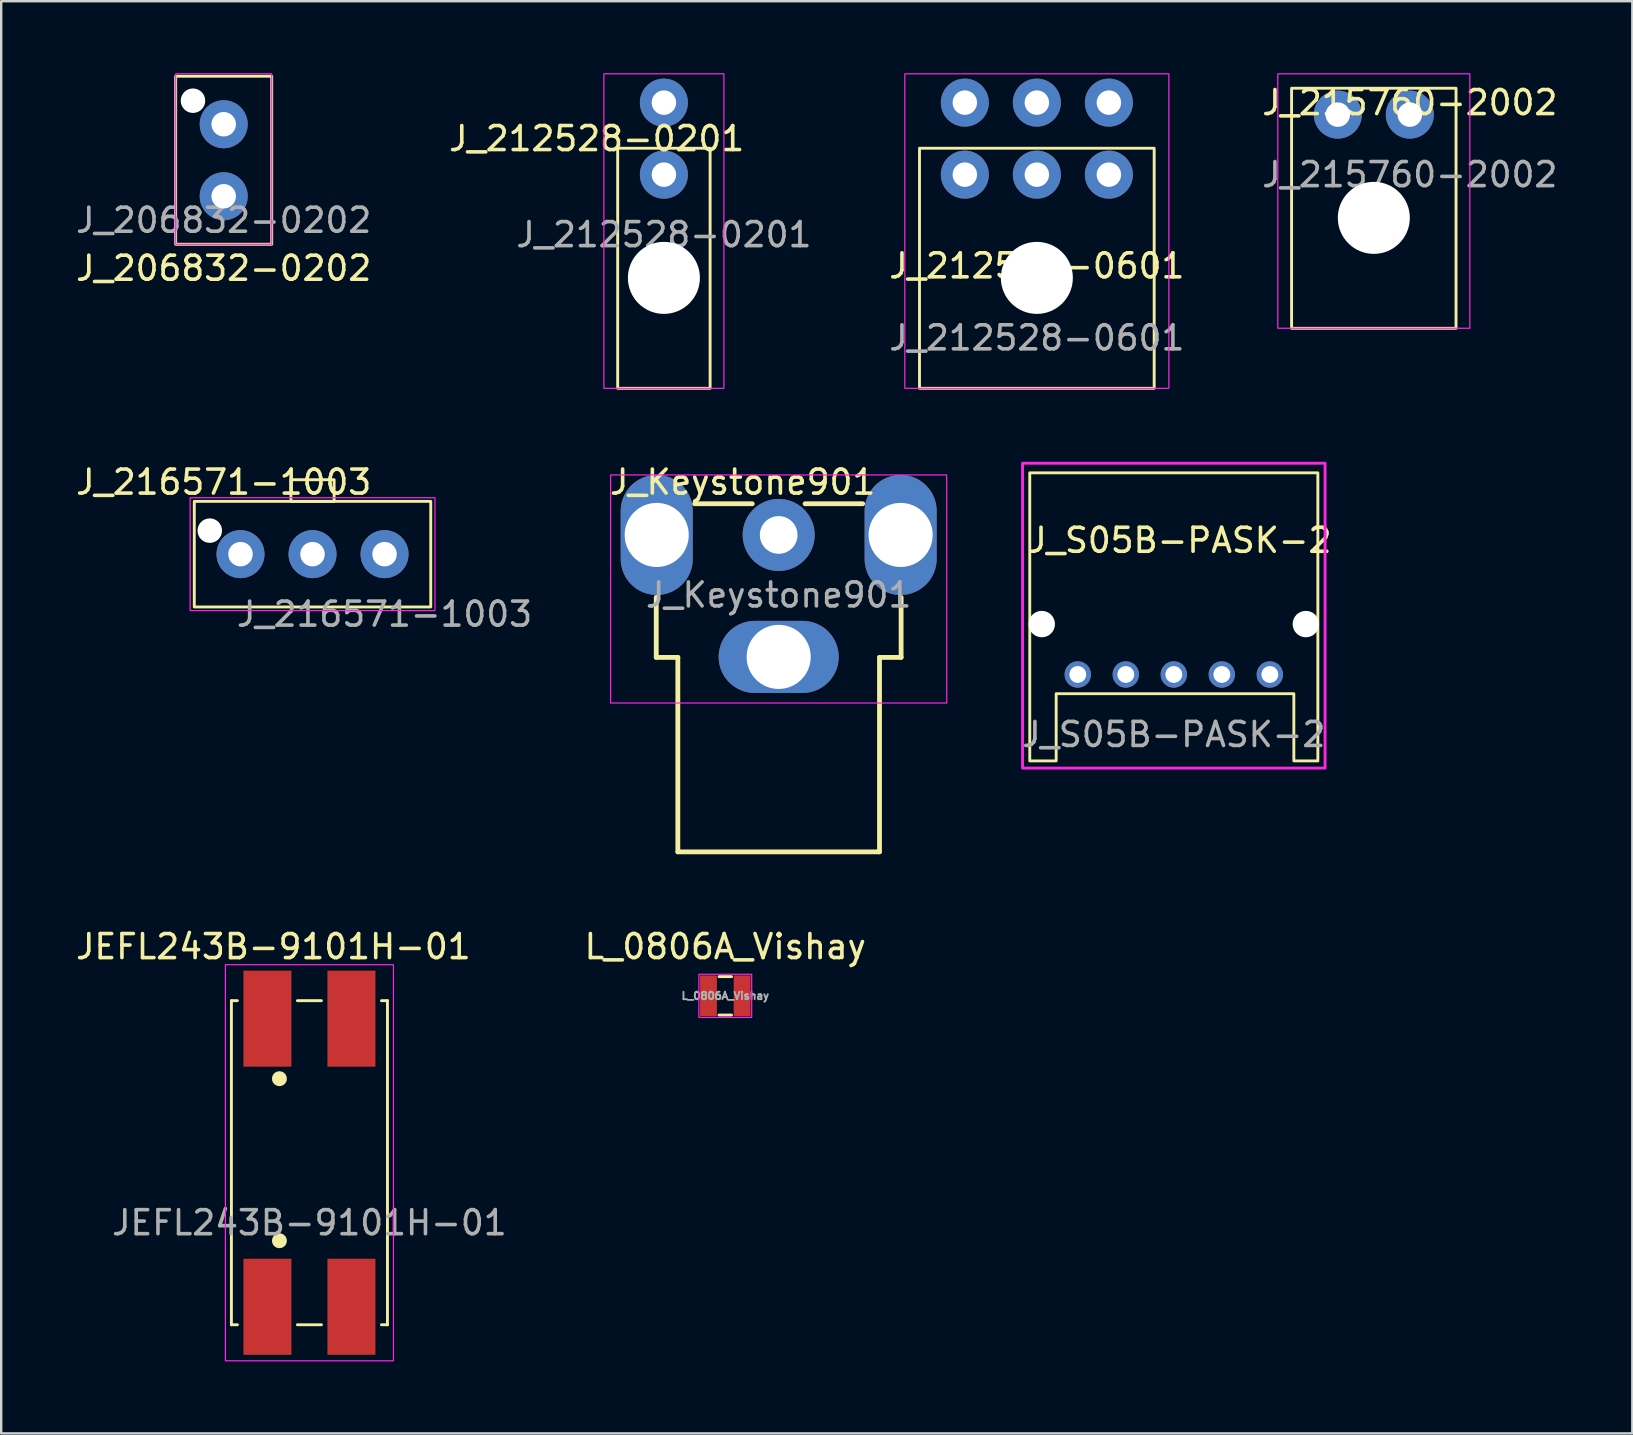
<source format=kicad_pcb>
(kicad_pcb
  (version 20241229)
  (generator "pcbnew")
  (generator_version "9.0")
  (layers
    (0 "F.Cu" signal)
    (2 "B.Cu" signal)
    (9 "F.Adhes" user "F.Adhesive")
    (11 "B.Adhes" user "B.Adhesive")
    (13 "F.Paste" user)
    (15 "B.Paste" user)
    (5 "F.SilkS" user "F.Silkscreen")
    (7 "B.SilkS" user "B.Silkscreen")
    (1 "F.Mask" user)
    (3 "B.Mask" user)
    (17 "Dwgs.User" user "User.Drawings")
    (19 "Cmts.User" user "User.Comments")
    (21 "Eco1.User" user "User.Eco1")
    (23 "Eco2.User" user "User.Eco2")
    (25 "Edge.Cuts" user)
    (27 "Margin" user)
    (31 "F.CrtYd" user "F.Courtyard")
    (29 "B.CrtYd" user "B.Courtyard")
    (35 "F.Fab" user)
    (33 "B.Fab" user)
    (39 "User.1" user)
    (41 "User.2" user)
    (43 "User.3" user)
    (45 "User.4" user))
  (footprint "L_0806A_Vishay"
    (layer "F.Cu")
    (at 27.161 38.431)
    (property "Reference" "L_0806A_Vishay" (at 0 -2.05 0) (layer "F.SilkS") (effects (font (size 1 1) (thickness 0.15))))
    (attr smd)
    (fp_line (start -0.261 -0.8) (end 0.261 -0.8) (stroke (width 0.12) (type solid)) (layer "F.SilkS"))
    (fp_line (start -0.261 0.8) (end 0.261 0.8) (stroke (width 0.12) (type solid)) (layer "F.SilkS"))
    (fp_rect (start -1.1 0.9) (end 1.1 -0.9) (stroke (width 0.05) (type solid)) (fill no) (layer "F.CrtYd"))
    (fp_text user "${REFERENCE}" (at 0 0 0) (layer "F.Fab") (effects (font (size 0.31 0.31) (thickness 0.077))))
    (pad "1" smd roundrect (at -0.7 0) (size 0.7 1.7) (layers "F.Cu" "F.Mask" "F.Paste") (roundrect_rratio 0.05))
    (pad "2" smd roundrect (at 0.7 0) (size 0.7 1.7) (layers "F.Cu" "F.Mask" "F.Paste") (roundrect_rratio 0.05)))
  (footprint "J_216571-1003"
    (layer "F.Cu")
    (at 12.968 20.033)
    (property "Reference" "J_216571-1003" (at -6.7 -3 0) (unlocked yes) (layer "F.SilkS") (effects (font (size 1 1) (thickness 0.15))))
    (attr through_hole)
    (fp_rect (start -7.925 -2.2) (end 1.925 2.2) (stroke (width 0.12) (type default)) (fill no) (layer "F.SilkS"))
    (fp_rect (start -3.9 -3.1) (end -2.1 -2.2) (stroke (width 0.12) (type default)) (fill no) (layer "F.SilkS"))
    (fp_rect (start -8.1 -2.35) (end 2.1 2.35) (stroke (width 0.05) (type default)) (fill no) (layer "F.CrtYd"))
    (fp_text user "${REFERENCE}" (at 0 2.5 0) (unlocked yes) (layer "F.Fab") (effects (font (size 1 1) (thickness 0.15))))
    (pad "" np_thru_hole circle (at -7.28 -0.98) (size 1.02 1.02) (drill 1.02) (layers "*.Cu" "*.Mask"))
    (pad "1" thru_hole circle (at 0 0) (size 2 2) (drill 1.02) (layers "*.Cu" "*.Mask"))
    (pad "2" thru_hole circle (at -3 0) (size 2 2) (drill 1.02) (layers "*.Cu" "*.Mask"))
    (pad "3" thru_hole circle (at -6 0) (size 2 2) (drill 1.02) (layers "*.Cu" "*.Mask")))
  (footprint "J_212528-0201"
    (layer "F.Cu")
    (at 24.604 4.225)
    (property "Reference" "J_212528-0201" (at -2.8 -1.5 0) (unlocked yes) (layer "F.SilkS") (effects (font (size 1 1) (thickness 0.15))))
    (attr through_hole)
    (fp_rect (start -1.925 -1.1) (end 1.925 8.9) (stroke (width 0.12) (type default)) (fill no) (layer "F.SilkS"))
    (fp_rect (start -2.5 -4.2) (end 2.5 8.9) (stroke (width 0.05) (type default)) (fill no) (layer "F.CrtYd"))
    (fp_line (start 0 4.3) (end 0 8.9) (stroke (width 0.12) (type default)) (layer "User.9"))
    (fp_text user "${REFERENCE}" (at 0 2.5 0) (unlocked yes) (layer "F.Fab") (effects (font (size 1 1) (thickness 0.15))))
    (pad "" np_thru_hole circle (at 0 4.3) (size 3 3) (drill 3) (layers "*.Cu" "*.Mask"))
    (pad "1" thru_hole circle (at 0 0) (size 2 2) (drill 1.02) (layers "*.Cu" "*.Mask"))
    (pad "2" thru_hole circle (at 0 -3) (size 2 2) (drill 1.02) (layers "*.Cu" "*.Mask")))
  (footprint "J_S05B-PASK-2"
    (layer "F.Cu")
    (at 45.844 25.045)
    (property "Reference" "J_S05B-PASK-2" (at 0.254 -5.588 0) (unlocked yes) (layer "F.SilkS") (effects (font (size 1 1) (thickness 0.15))))
    (attr through_hole)
    (fp_poly (pts (xy -6 3.6) (xy -4.9 3.6) (xy -4.9 0.8) (xy 5 0.8) (xy 5 3.6) (xy 6 3.6) (xy 6 -8.4) (xy -6 -8.4)) (stroke (width 0.12) (type solid)) (fill no) (layer "F.SilkS"))
    (fp_rect (start -6.3 -8.8) (end 6.3 3.9) (stroke (width 0.12) (type default)) (fill no) (layer "F.CrtYd"))
    (fp_text user "${REFERENCE}" (at 0 2.5 0) (unlocked yes) (layer "F.Fab") (effects (font (size 1 1) (thickness 0.15))))
    (pad "" np_thru_hole circle (at -5.5 -2.1) (size 1.1 1.1) (drill 1.1) (layers "*.Cu" "*.Mask"))
    (pad "" np_thru_hole circle (at 5.5 -2.1) (size 1.1 1.1) (drill 1.1) (layers "*.Cu" "*.Mask"))
    (pad "1" thru_hole circle (at 4 0) (size 1.1 1.1) (drill 0.7) (layers "*.Cu" "*.Mask"))
    (pad "2" thru_hole circle (at 2 0) (size 1.1 1.1) (drill 0.7) (layers "*.Cu" "*.Mask"))
    (pad "3" thru_hole circle (at 0 0) (size 1.1 1.1) (drill 0.7) (layers "*.Cu" "*.Mask"))
    (pad "4" thru_hole circle (at -2 0) (size 1.1 1.1) (drill 0.7) (layers "*.Cu" "*.Mask"))
    (pad "5" thru_hole circle (at -4 0) (size 1.1 1.1) (drill 0.7) (layers "*.Cu" "*.Mask")))
  (footprint "J_206832-0202"
    (layer "F.Cu")
    (at 6.268 3.625)
    (property "Reference" "J_206832-0202" (at 0 4.5 0) (unlocked yes) (layer "F.SilkS") (effects (font (size 1 1) (thickness 0.15))))
    (attr through_hole)
    (fp_rect (start -2 -3.5) (end 2 3.5) (stroke (width 0.12) (type default)) (fill no) (layer "F.SilkS"))
    (fp_rect (start -2 -3.6) (end 2 3.5) (stroke (width 0.05) (type default)) (fill no) (layer "F.CrtYd"))
    (fp_text user "${REFERENCE}" (at 0 2.5 0) (unlocked yes) (layer "F.Fab") (effects (font (size 1 1) (thickness 0.15))))
    (pad "" np_thru_hole circle (at -1.28 -2.48) (size 1.02 1.02) (drill 1.02) (layers "*.Cu" "*.Mask"))
    (pad "1" thru_hole circle (at 0 1.5) (size 2 2) (drill 1.02) (layers "*.Cu" "*.Mask"))
    (pad "2" thru_hole circle (at 0 -1.5) (size 2 2) (drill 1.02) (layers "*.Cu" "*.Mask")))
  (footprint "J_212528-0601"
    (layer "F.Cu")
    (at 43.139 4.225)
    (property "Reference" "J_212528-0601" (at -3 3.8 0) (unlocked yes) (layer "F.SilkS") (effects (font (size 1 1) (thickness 0.15))))
    (attr through_hole)
    (fp_rect (start -7.888 -1.1) (end 1.887 8.9) (stroke (width 0.12) (type default)) (fill no) (layer "F.SilkS"))
    (fp_rect (start -8.5 -4.2) (end 2.5 8.9) (stroke (width 0.05) (type default)) (fill no) (layer "F.CrtYd"))
    (fp_line (start -3 4.3) (end -3 8.9) (stroke (width 0.12) (type default)) (layer "User.9"))
    (fp_text user "${REFERENCE}" (at -3 6.8 0) (unlocked yes) (layer "F.Fab") (effects (font (size 1 1) (thickness 0.15))))
    (pad "" np_thru_hole circle (at -3 4.3) (size 3 3) (drill 3) (layers "*.Cu" "*.Mask"))
    (pad "1" thru_hole circle (at 0 0) (size 2 2) (drill 1.02) (layers "*.Cu" "*.Mask"))
    (pad "2" thru_hole circle (at -3 0) (size 2 2) (drill 1.02) (layers "*.Cu" "*.Mask"))
    (pad "3" thru_hole circle (at -6 0) (size 2 2) (drill 1.02) (layers "*.Cu" "*.Mask"))
    (pad "4" thru_hole circle (at 0 -3) (size 2 2) (drill 1.02) (layers "*.Cu" "*.Mask"))
    (pad "5" thru_hole circle (at -3 -3) (size 2 2) (drill 1.02) (layers "*.Cu" "*.Mask"))
    (pad "6" thru_hole circle (at -6 -3) (size 2 2) (drill 1.02) (layers "*.Cu" "*.Mask")))
  (footprint "JEFL243B-9101H-01"
    (layer "F.Cu")
    (at 9.839 45.382)
    (property "Reference" "JEFL243B-9101H-01" (at -1.5 -9 0) (unlocked yes) (layer "F.SilkS") (effects (font (size 1 1) (thickness 0.15))))
    (attr smd)
    (fp_line (start -3.25 -6.75) (end -3.25 6.75) (stroke (width 0.12) (type default)) (layer "F.SilkS"))
    (fp_line (start -3.25 6.75) (end -3 6.75) (stroke (width 0.12) (type default)) (layer "F.SilkS"))
    (fp_line (start -3 -6.75) (end -3.25 -6.75) (stroke (width 0.12) (type default)) (layer "F.SilkS"))
    (fp_line (start -0.5 -6.75) (end 0.5 -6.75) (stroke (width 0.12) (type default)) (layer "F.SilkS"))
    (fp_line (start -0.5 6.75) (end 0.5 6.75) (stroke (width 0.12) (type default)) (layer "F.SilkS"))
    (fp_line (start 3 6.75) (end 3.25 6.75) (stroke (width 0.12) (type default)) (layer "F.SilkS"))
    (fp_line (start 3.25 -6.75) (end 3 -6.75) (stroke (width 0.12) (type default)) (layer "F.SilkS"))
    (fp_line (start 3.25 6.75) (end 3.25 -6.75) (stroke (width 0.12) (type default)) (layer "F.SilkS"))
    (fp_circle (center -1.25 -3.5) (end -1 -3.5) (stroke (width 0.12) (type solid)) (fill yes) (layer "F.SilkS"))
    (fp_circle (center -1.25 3.25) (end -1 3.25) (stroke (width 0.12) (type solid)) (fill yes) (layer "F.SilkS"))
    (fp_rect (start -3.5 -8.25) (end 3.5 8.25) (stroke (width 0.05) (type default)) (fill no) (layer "F.CrtYd"))
    (fp_text user "${REFERENCE}" (at 0 2.5 0) (unlocked yes) (layer "F.Fab") (effects (font (size 1 1) (thickness 0.15))))
    (pad "1" smd rect (at -1.75 -6) (size 2 4) (layers "F.Cu" "F.Mask" "F.Paste"))
    (pad "2" smd rect (at 1.75 -6) (size 2 4) (layers "F.Cu" "F.Mask" "F.Paste"))
    (pad "3" smd rect (at 1.75 6 180) (size 2 4) (layers "F.Cu" "F.Mask" "F.Paste"))
    (pad "4" smd rect (at -1.75 6 180) (size 2 4) (layers "F.Cu" "F.Mask" "F.Paste")))
  (footprint "J_215760-2002"
    (layer "F.Cu")
    (at 55.675 1.725)
    (property "Reference" "J_215760-2002" (at 0 -0.5 0) (unlocked yes) (layer "F.SilkS") (effects (font (size 1 1) (thickness 0.15))))
    (attr through_hole)
    (fp_rect (start -4.925 -1.1) (end 1.925 8.9) (stroke (width 0.12) (type default)) (fill no) (layer "F.SilkS"))
    (fp_rect (start -5.5 -1.7) (end 2.5 8.9) (stroke (width 0.05) (type default)) (fill no) (layer "F.CrtYd"))
    (fp_line (start -1.5 4.3) (end -1.5 8.9) (stroke (width 0.12) (type default)) (layer "User.9"))
    (fp_text user "${REFERENCE}" (at 0 2.5 0) (unlocked yes) (layer "F.Fab") (effects (font (size 1 1) (thickness 0.15))))
    (pad "" np_thru_hole circle (at -1.5 4.3) (size 3 3) (drill 3) (layers "*.Cu" "*.Mask"))
    (pad "1" thru_hole circle (at 0 0) (size 2 2) (drill 1.02) (layers "*.Cu" "*.Mask"))
    (pad "2" thru_hole circle (at -3 0) (size 2 2) (drill 1.02) (layers "*.Cu" "*.Mask")))
  (footprint "J_Keystone901"
    (layer "F.Cu")
    (at 29.385 19.233)
    (property "Reference" "J_Keystone901" (at -1.5 -2.2 0) (unlocked yes) (layer "F.SilkS") (effects (font (size 1 1) (thickness 0.15))))
    (attr through_hole)
    (fp_line (start -5.1 2.6) (end -5.1 5.1) (stroke (width 0.2) (type solid)) (layer "F.SilkS"))
    (fp_line (start -5.1 5.1) (end -4.2 5.1) (stroke (width 0.2) (type solid)) (layer "F.SilkS"))
    (fp_line (start -4.2 5.1) (end -4.2 13.2) (stroke (width 0.2) (type solid)) (layer "F.SilkS"))
    (fp_line (start -4.2 13.2) (end 4.2 13.2) (stroke (width 0.2) (type solid)) (layer "F.SilkS"))
    (fp_line (start -3.5 -1.3) (end -1.1 -1.3) (stroke (width 0.2) (type solid)) (layer "F.SilkS"))
    (fp_line (start 1.1 -1.3) (end 3.5 -1.3) (stroke (width 0.2) (type solid)) (layer "F.SilkS"))
    (fp_line (start 4.2 5.1) (end 5.1 5.1) (stroke (width 0.2) (type solid)) (layer "F.SilkS"))
    (fp_line (start 4.2 13.2) (end 4.2 5.1) (stroke (width 0.2) (type solid)) (layer "F.SilkS"))
    (fp_line (start 5.1 5.1) (end 5.1 2.6) (stroke (width 0.2) (type solid)) (layer "F.SilkS"))
    (fp_rect (start -7 -2.5) (end 7 7) (stroke (width 0.05) (type default)) (fill no) (layer "F.CrtYd"))
    (fp_text user "${REFERENCE}" (at 0 2.5 0) (unlocked yes) (layer "F.Fab") (effects (font (size 1 1) (thickness 0.15))))
    (pad "1" thru_hole circle (at 0 0) (size 3 3) (drill 1.57) (layers "*.Cu" "*.Mask"))
    (pad "2" thru_hole oval (at -5.08 0 90) (size 5 3) (drill 2.67) (layers "*.Cu" "*.Mask"))
    (pad "2" thru_hole oval (at 0 5.08 180) (size 5 3) (drill 2.67) (layers "*.Cu" "*.Mask"))
    (pad "2" thru_hole oval (at 5.08 0 90) (size 5 3) (drill 2.67) (layers "*.Cu" "*.Mask")))
  (gr_rect
    (start -3 -3)
    (end 64.943 56.657)
    (stroke (width 0.1) (type default))
    (fill no)
    (layer "Edge.Cuts")))
</source>
